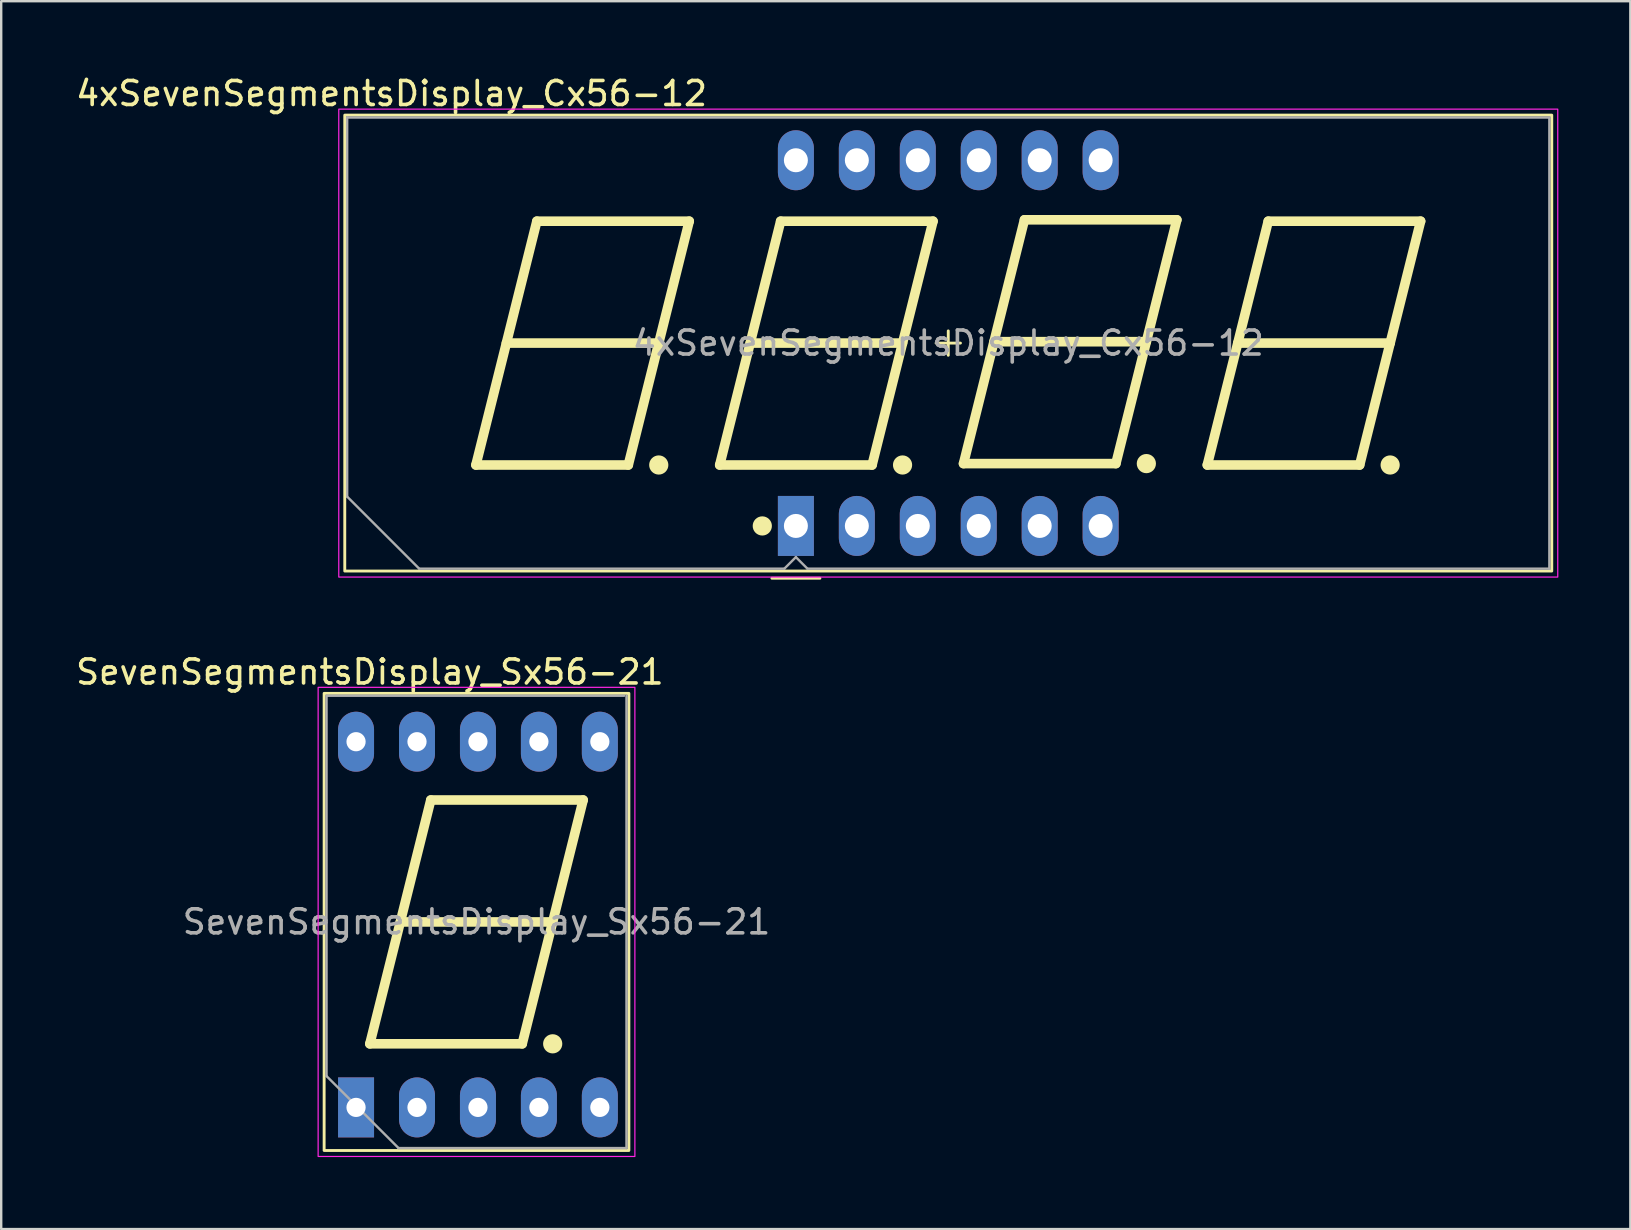
<source format=kicad_pcb>
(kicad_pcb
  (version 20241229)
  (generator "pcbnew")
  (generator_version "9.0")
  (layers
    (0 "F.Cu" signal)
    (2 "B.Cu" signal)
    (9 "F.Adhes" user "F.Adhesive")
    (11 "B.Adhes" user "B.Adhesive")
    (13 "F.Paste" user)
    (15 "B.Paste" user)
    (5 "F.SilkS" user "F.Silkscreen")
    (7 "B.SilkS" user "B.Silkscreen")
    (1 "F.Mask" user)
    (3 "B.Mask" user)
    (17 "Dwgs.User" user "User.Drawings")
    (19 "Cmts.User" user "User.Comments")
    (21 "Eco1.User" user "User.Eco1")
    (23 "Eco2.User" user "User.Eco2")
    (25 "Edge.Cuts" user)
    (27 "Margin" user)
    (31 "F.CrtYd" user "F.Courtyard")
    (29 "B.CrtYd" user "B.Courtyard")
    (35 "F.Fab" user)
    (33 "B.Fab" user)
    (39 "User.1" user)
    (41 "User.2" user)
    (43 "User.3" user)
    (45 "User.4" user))
  (footprint "4xSevenSegmentsDisplay_Cx56-12"
    (layer "F.Cu")
    (at 36.468 11.248)
    (property "Reference" "4xSevenSegmentsDisplay_Cx56-12" (at -23.2 -10.4 0) (layer "F.SilkS") (effects (font (size 1 1) (thickness 0.15))))
    (attr through_hole)
    (fp_line (start -19.685 5.08) (end -13.335 5.08) (stroke (width 0.4) (type solid)) (layer "F.SilkS"))
    (fp_line (start -17.145 -5.08) (end -19.685 5.08) (stroke (width 0.4) (type solid)) (layer "F.SilkS"))
    (fp_line (start -13.335 5.08) (end -10.795 -5.08) (stroke (width 0.4) (type solid)) (layer "F.SilkS"))
    (fp_line (start -12.065 0) (end -18.415 0) (stroke (width 0.4) (type solid)) (layer "F.SilkS"))
    (fp_line (start -10.795 -5.08) (end -17.145 -5.08) (stroke (width 0.4) (type solid)) (layer "F.SilkS"))
    (fp_line (start -9.525 5.08) (end -3.175 5.08) (stroke (width 0.4) (type solid)) (layer "F.SilkS"))
    (fp_line (start -7.35 9.8) (end -5.35 9.8) (stroke (width 0.12) (type solid)) (layer "F.SilkS"))
    (fp_line (start -6.985 -5.08) (end -9.525 5.08) (stroke (width 0.4) (type solid)) (layer "F.SilkS"))
    (fp_line (start -3.175 5.08) (end -0.635 -5.08) (stroke (width 0.4) (type solid)) (layer "F.SilkS"))
    (fp_line (start -1.905 0) (end -8.255 0) (stroke (width 0.4) (type solid)) (layer "F.SilkS"))
    (fp_line (start -0.635 -5.08) (end -6.985 -5.08) (stroke (width 0.4) (type solid)) (layer "F.SilkS"))
    (fp_line (start 0 0.508) (end 0 -0.508) (stroke (width 0.12) (type solid)) (layer "F.SilkS"))
    (fp_line (start 0.508 0) (end -0.508 0) (stroke (width 0.12) (type solid)) (layer "F.SilkS"))
    (fp_line (start 0.635 5.022) (end 6.985 5.022) (stroke (width 0.4) (type solid)) (layer "F.SilkS"))
    (fp_line (start 3.175 -5.138) (end 0.635 5.022) (stroke (width 0.4) (type solid)) (layer "F.SilkS"))
    (fp_line (start 6.985 5.022) (end 9.525 -5.138) (stroke (width 0.4) (type solid)) (layer "F.SilkS"))
    (fp_line (start 8.255 -0.058) (end 1.905 -0.058) (stroke (width 0.4) (type solid)) (layer "F.SilkS"))
    (fp_line (start 9.525 -5.138) (end 3.175 -5.138) (stroke (width 0.4) (type solid)) (layer "F.SilkS"))
    (fp_line (start 10.795 5.08) (end 17.145 5.08) (stroke (width 0.4) (type solid)) (layer "F.SilkS"))
    (fp_line (start 13.335 -5.08) (end 10.795 5.08) (stroke (width 0.4) (type solid)) (layer "F.SilkS"))
    (fp_line (start 17.145 5.08) (end 19.685 -5.08) (stroke (width 0.4) (type solid)) (layer "F.SilkS"))
    (fp_line (start 18.415 0) (end 12.065 0) (stroke (width 0.4) (type solid)) (layer "F.SilkS"))
    (fp_line (start 19.685 -5.08) (end 13.335 -5.08) (stroke (width 0.4) (type solid)) (layer "F.SilkS"))
    (fp_rect (start -25.15 -9.5) (end 25.15 9.5) (stroke (width 0.12) (type solid)) (fill no) (layer "F.SilkS"))
    (fp_circle (center -12.065 5.08) (end -11.865 5.08) (stroke (width 0.4) (type solid)) (fill no) (layer "F.SilkS"))
    (fp_circle (center -7.75 7.62) (end -7.55 7.62) (stroke (width 0.4) (type solid)) (fill no) (layer "F.SilkS"))
    (fp_circle (center -1.905 5.08) (end -1.705 5.08) (stroke (width 0.4) (type solid)) (fill no) (layer "F.SilkS"))
    (fp_circle (center 8.255 5.022) (end 8.455 5.022) (stroke (width 0.4) (type solid)) (fill no) (layer "F.SilkS"))
    (fp_circle (center 18.415 5.08) (end 18.615 5.08) (stroke (width 0.4) (type solid)) (fill no) (layer "F.SilkS"))
    (fp_rect (start -25.4 -9.75) (end 25.4 9.75) (stroke (width 0.05) (type solid)) (fill no) (layer "F.CrtYd"))
    (fp_rect (start 0 0) (end 0 0) (stroke (width 0.05) (type solid)) (fill no) (layer "F.CrtYd"))
    (fp_line (start -25.05 -9.4) (end 25.05 -9.4) (stroke (width 0.1) (type solid)) (layer "F.Fab"))
    (fp_line (start -25.05 6.4) (end -25.05 -9.4) (stroke (width 0.1) (type solid)) (layer "F.Fab"))
    (fp_line (start -22.05 9.4) (end -25.05 6.4) (stroke (width 0.1) (type solid)) (layer "F.Fab"))
    (fp_line (start -6.83 9.4) (end -22.05 9.4) (stroke (width 0.1) (type solid)) (layer "F.Fab"))
    (fp_line (start -6.35 8.92) (end -6.83 9.4) (stroke (width 0.1) (type solid)) (layer "F.Fab"))
    (fp_line (start -5.87 9.4) (end -6.35 8.92) (stroke (width 0.1) (type solid)) (layer "F.Fab"))
    (fp_line (start -5.87 9.4) (end 25.05 9.4) (stroke (width 0.1) (type solid)) (layer "F.Fab"))
    (fp_line (start 25.05 9.4) (end 25.05 -9.4) (stroke (width 0.1) (type solid)) (layer "F.Fab"))
    (fp_text user "${REFERENCE}" (at 0 0 180) (layer "F.Fab") (effects (font (size 1 1) (thickness 0.15))))
    (pad "1" thru_hole rect (at -6.35 7.62) (size 1.5 2.5) (drill 1) (layers "*.Cu" "*.Mask"))
    (pad "2" thru_hole oval (at -3.81 7.62) (size 1.5 2.5) (drill 1) (layers "*.Cu" "*.Mask"))
    (pad "3" thru_hole oval (at -1.27 7.62) (size 1.5 2.5) (drill 1) (layers "*.Cu" "*.Mask"))
    (pad "4" thru_hole oval (at 1.27 7.62) (size 1.5 2.5) (drill 1) (layers "*.Cu" "*.Mask"))
    (pad "5" thru_hole oval (at 3.81 7.62) (size 1.5 2.5) (drill 1) (layers "*.Cu" "*.Mask"))
    (pad "6" thru_hole oval (at 6.35 7.62) (size 1.5 2.5) (drill 1) (layers "*.Cu" "*.Mask"))
    (pad "7" thru_hole oval (at 6.35 -7.62) (size 1.5 2.5) (drill 1) (layers "*.Cu" "*.Mask"))
    (pad "8" thru_hole oval (at 3.81 -7.62) (size 1.5 2.5) (drill 1) (layers "*.Cu" "*.Mask"))
    (pad "9" thru_hole oval (at 1.27 -7.62) (size 1.5 2.5) (drill 1) (layers "*.Cu" "*.Mask"))
    (pad "10" thru_hole oval (at -1.27 -7.62) (size 1.5 2.5) (drill 1) (layers "*.Cu" "*.Mask"))
    (pad "11" thru_hole oval (at -3.81 -7.62) (size 1.5 2.5) (drill 1) (layers "*.Cu" "*.Mask"))
    (pad "12" thru_hole oval (at -6.35 -7.62) (size 1.5 2.5) (drill 1) (layers "*.Cu" "*.Mask")))
  (footprint "SevenSegmentsDisplay_Sx56-21"
    (layer "F.Cu")
    (at 16.808 35.37)
    (property "Reference" "SevenSegmentsDisplay_Sx56-21" (at -4.445 -10.414 0) (layer "F.SilkS") (effects (font (size 1 1) (thickness 0.15))))
    (attr through_hole)
    (fp_line (start -4.445 5.08) (end 1.905 5.08) (stroke (width 0.4) (type solid)) (layer "F.SilkS"))
    (fp_line (start -1.905 -5.08) (end -4.445 5.08) (stroke (width 0.4) (type solid)) (layer "F.SilkS"))
    (fp_line (start 1.905 5.08) (end 4.445 -5.08) (stroke (width 0.4) (type solid)) (layer "F.SilkS"))
    (fp_line (start 3.175 0) (end -3.175 0) (stroke (width 0.4) (type solid)) (layer "F.SilkS"))
    (fp_line (start 4.445 -5.08) (end -1.905 -5.08) (stroke (width 0.4) (type solid)) (layer "F.SilkS"))
    (fp_rect (start -6.35 -9.525) (end 6.35 9.525) (stroke (width 0.12) (type solid)) (fill no) (layer "F.SilkS"))
    (fp_circle (center 3.175 5.08) (end 3.375 5.08) (stroke (width 0.4) (type solid)) (fill no) (layer "F.SilkS"))
    (fp_rect (start -6.6 -9.775) (end 6.6 9.775) (stroke (width 0.05) (type solid)) (fill no) (layer "F.CrtYd"))
    (fp_line (start -6.25 6.425) (end -6.25 -9.425) (stroke (width 0.1) (type solid)) (layer "F.Fab"))
    (fp_line (start -6.25 6.425) (end -3.25 9.425) (stroke (width 0.1) (type solid)) (layer "F.Fab"))
    (fp_line (start -3.25 9.425) (end 6.25 9.425) (stroke (width 0.1) (type solid)) (layer "F.Fab"))
    (fp_line (start 6.15 -9.425) (end -6.25 -9.425) (stroke (width 0.1) (type solid)) (layer "F.Fab"))
    (fp_line (start 6.25 9.425) (end 6.25 -9.425) (stroke (width 0.1) (type solid)) (layer "F.Fab"))
    (fp_text user "${REFERENCE}" (at 0 0 180) (layer "F.Fab") (effects (font (size 1 1) (thickness 0.15))))
    (pad "1" thru_hole rect (at -5.02 7.73) (size 1.5 2.5) (drill 0.8) (layers "*.Cu" "*.Mask"))
    (pad "2" thru_hole oval (at -2.48 7.73) (size 1.5 2.5) (drill 0.8) (layers "*.Cu" "*.Mask"))
    (pad "3" thru_hole oval (at 0.06 7.73) (size 1.5 2.5) (drill 0.8) (layers "*.Cu" "*.Mask"))
    (pad "4" thru_hole oval (at 2.6 7.73) (size 1.5 2.5) (drill 0.8) (layers "*.Cu" "*.Mask"))
    (pad "5" thru_hole oval (at 5.14 7.73) (size 1.5 2.5) (drill 0.8) (layers "*.Cu" "*.Mask"))
    (pad "6" thru_hole oval (at 5.14 -7.51) (size 1.5 2.5) (drill 0.8) (layers "*.Cu" "*.Mask"))
    (pad "7" thru_hole oval (at 2.6 -7.51) (size 1.5 2.5) (drill 0.8) (layers "*.Cu" "*.Mask"))
    (pad "8" thru_hole oval (at 0.06 -7.51) (size 1.5 2.5) (drill 0.8) (layers "*.Cu" "*.Mask"))
    (pad "9" thru_hole oval (at -2.48 -7.51) (size 1.5 2.5) (drill 0.8) (layers "*.Cu" "*.Mask"))
    (pad "10" thru_hole oval (at -5.02 -7.51) (size 1.5 2.5) (drill 0.8) (layers "*.Cu" "*.Mask")))
  (gr_rect
    (start -3 -3)
    (end 64.893 48.17)
    (stroke (width 0.1) (type default))
    (fill no)
    (layer "Edge.Cuts")))
</source>
